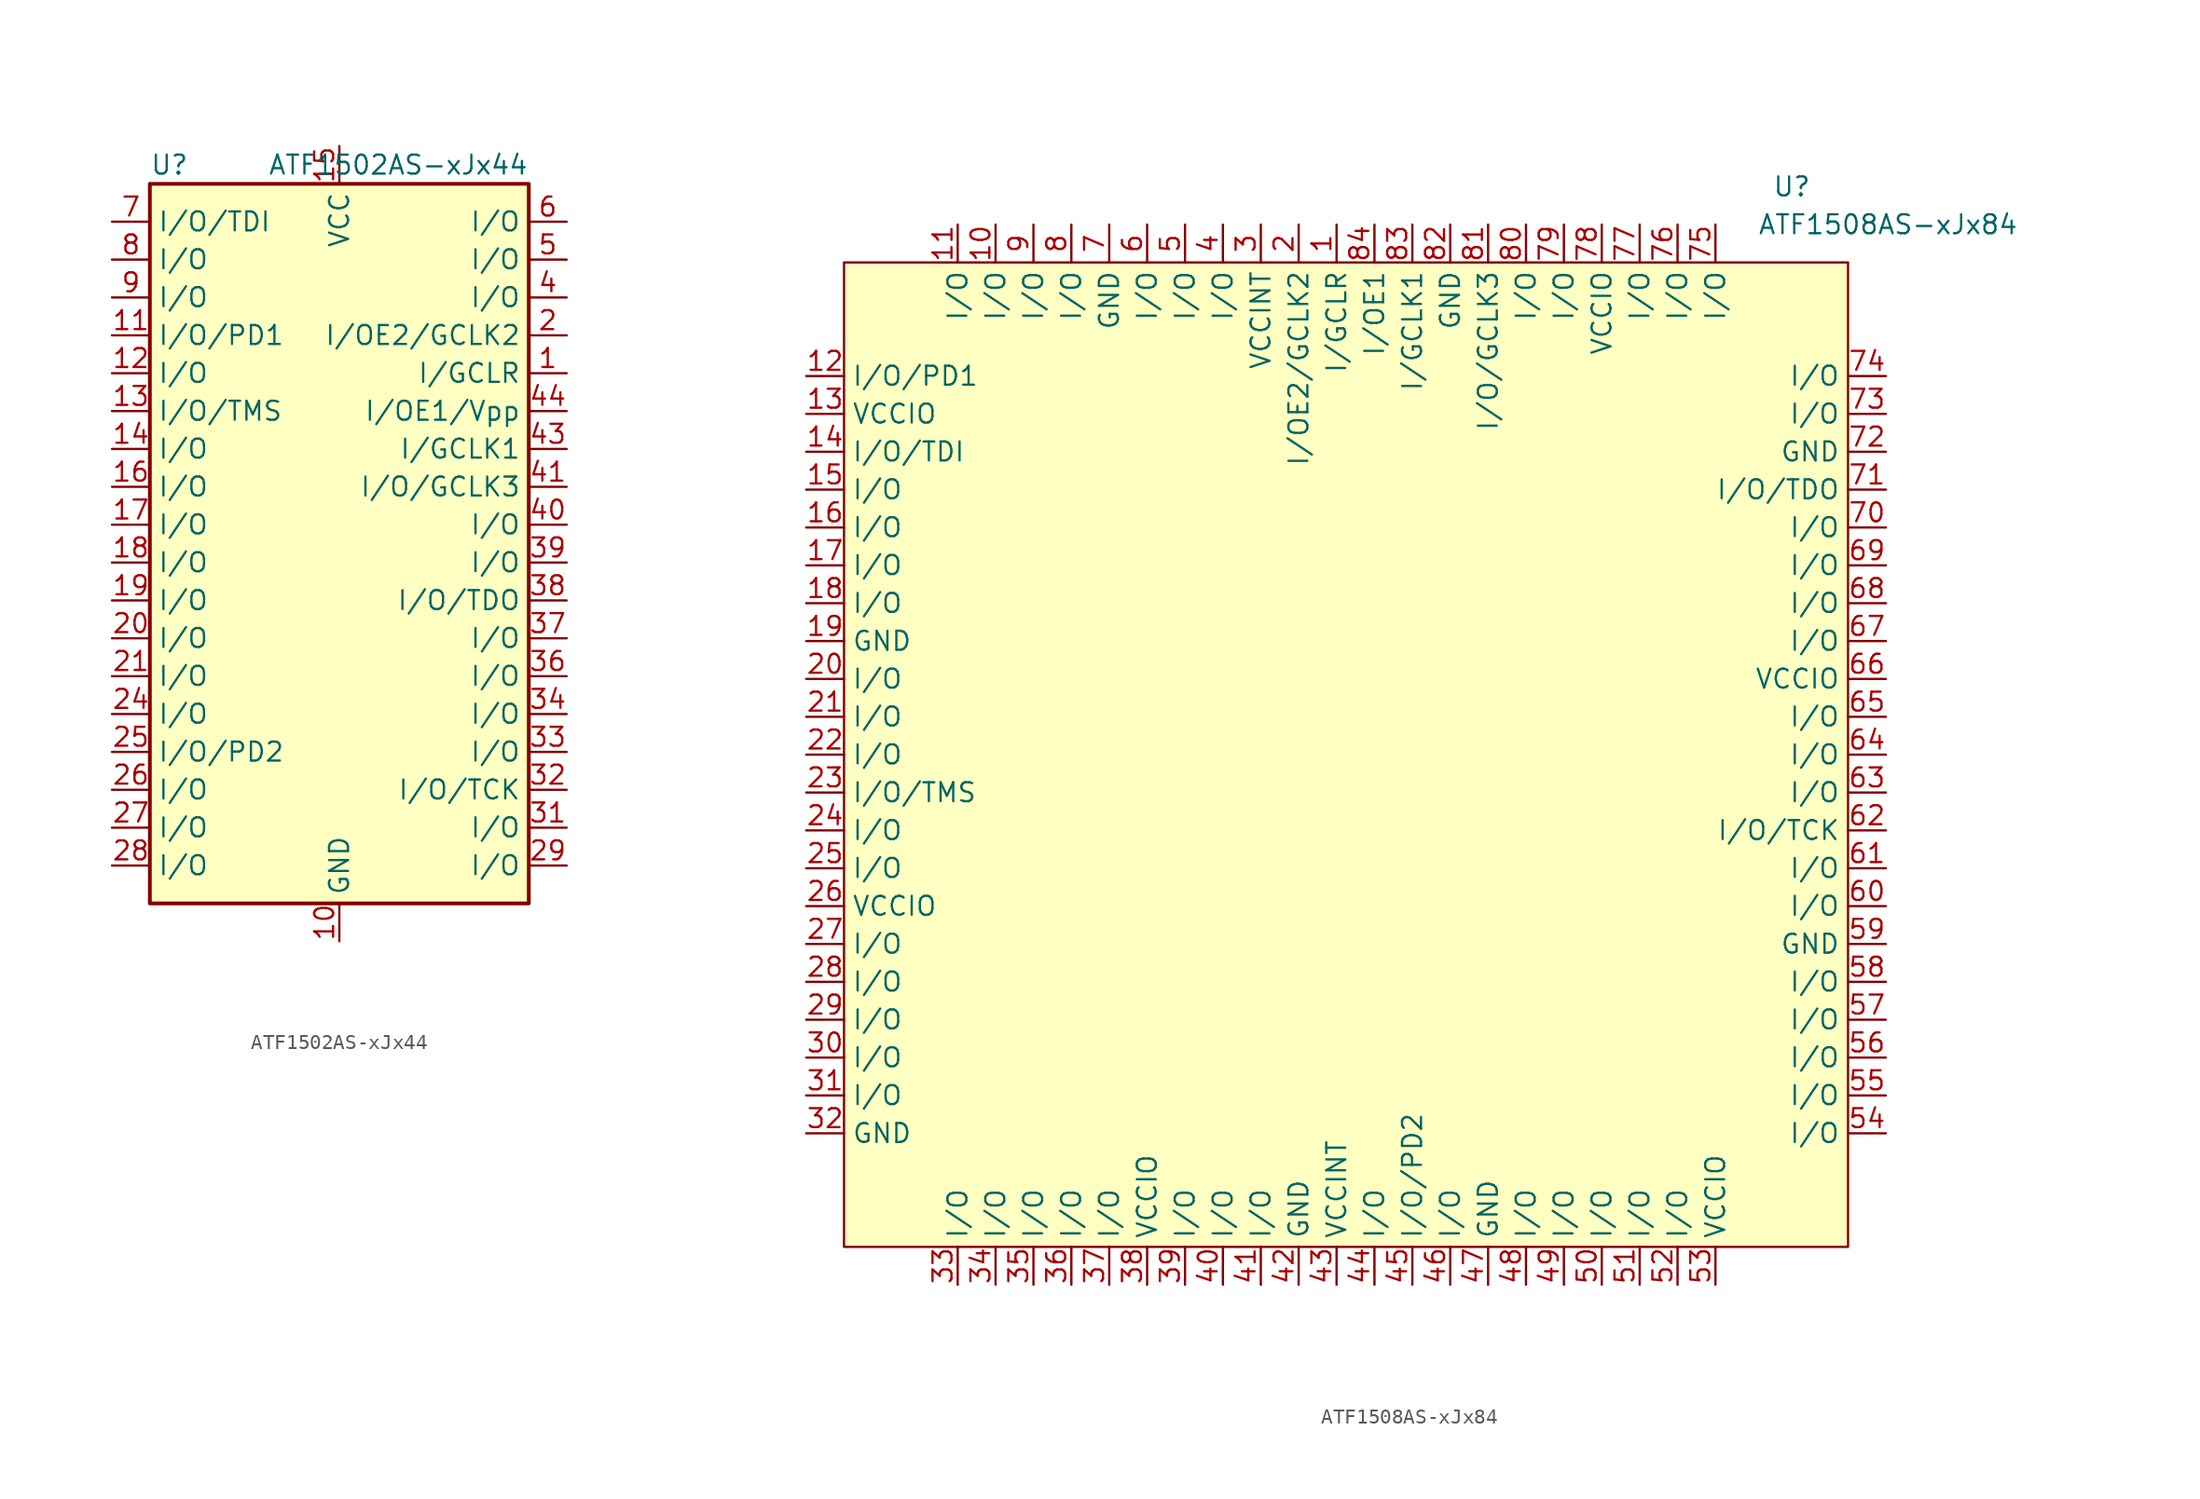
<source format=kicad_sym>
(kicad_symbol_lib
  (version 20211014)
  (generator kicad_symbol_editor)
  (symbol "ATF1502AS-xJx44"
    (property "Reference" "U"
      (at -12.7 24.13 0)
      (effects (font (size 1.27 1.27)) (justify left)))
    (property "Value" "ATF1502AS-xJx44"
      (at 12.7 24.13 0)
      (effects (font (size 1.27 1.27)) (justify right)))
    (symbol "ATF1502AS-xJx44_0_1"
      (rectangle (start -12.7 22.86) (end 12.7 -25.4) (stroke (width 0.254) (type default) (color 0 0 0 0)) (fill (type background))))
    (symbol "ATF1502AS-xJx44_1_1"
      (pin input line (at 15.24 10.16 180) (length 2.54) (name "I/GCLR" (effects (font (size 1.27 1.27)))) (number "1" (effects (font (size 1.27 1.27)))))
      (pin power_in line (at 0 -27.94 90) (length 2.54) (name "GND" (effects (font (size 1.27 1.27)))) (number "10" (effects (font (size 1.27 1.27)))))
      (pin bidirectional line (at -15.24 12.7 0) (length 2.54) (name "I/O/PD1" (effects (font (size 1.27 1.27)))) (number "11" (effects (font (size 1.27 1.27)))))
      (pin bidirectional line (at -15.24 10.16 0) (length 2.54) (name "I/O" (effects (font (size 1.27 1.27)))) (number "12" (effects (font (size 1.27 1.27)))))
      (pin bidirectional line (at -15.24 7.62 0) (length 2.54) (name "I/O/TMS" (effects (font (size 1.27 1.27)))) (number "13" (effects (font (size 1.27 1.27)))))
      (pin bidirectional line (at -15.24 5.08 0) (length 2.54) (name "I/O" (effects (font (size 1.27 1.27)))) (number "14" (effects (font (size 1.27 1.27)))))
      (pin power_in line (at 0 25.4 270) (length 2.54) (name "VCC" (effects (font (size 1.27 1.27)))) (number "15" (effects (font (size 1.27 1.27)))))
      (pin bidirectional line (at -15.24 2.54 0) (length 2.54) (name "I/O" (effects (font (size 1.27 1.27)))) (number "16" (effects (font (size 1.27 1.27)))))
      (pin bidirectional line (at -15.24 0 0) (length 2.54) (name "I/O" (effects (font (size 1.27 1.27)))) (number "17" (effects (font (size 1.27 1.27)))))
      (pin bidirectional line (at -15.24 -2.54 0) (length 2.54) (name "I/O" (effects (font (size 1.27 1.27)))) (number "18" (effects (font (size 1.27 1.27)))))
      (pin bidirectional line (at -15.24 -5.08 0) (length 2.54) (name "I/O" (effects (font (size 1.27 1.27)))) (number "19" (effects (font (size 1.27 1.27)))))
      (pin input line (at 15.24 12.7 180) (length 2.54) (name "I/OE2/GCLK2" (effects (font (size 1.27 1.27)))) (number "2" (effects (font (size 1.27 1.27)))))
      (pin bidirectional line (at -15.24 -7.62 0) (length 2.54) (name "I/O" (effects (font (size 1.27 1.27)))) (number "20" (effects (font (size 1.27 1.27)))))
      (pin bidirectional line (at -15.24 -10.16 0) (length 2.54) (name "I/O" (effects (font (size 1.27 1.27)))) (number "21" (effects (font (size 1.27 1.27)))))
      (pin passive line (at 0 -27.94 90) (length 2.54) hide (name "GND" (effects (font (size 1.27 1.27)))) (number "22" (effects (font (size 1.27 1.27)))))
      (pin passive line (at 0 25.4 270) (length 2.54) hide (name "VCC" (effects (font (size 1.27 1.27)))) (number "23" (effects (font (size 1.27 1.27)))))
      (pin bidirectional line (at -15.24 -12.7 0) (length 2.54) (name "I/O" (effects (font (size 1.27 1.27)))) (number "24" (effects (font (size 1.27 1.27)))))
      (pin bidirectional line (at -15.24 -15.24 0) (length 2.54) (name "I/O/PD2" (effects (font (size 1.27 1.27)))) (number "25" (effects (font (size 1.27 1.27)))))
      (pin bidirectional line (at -15.24 -17.78 0) (length 2.54) (name "I/O" (effects (font (size 1.27 1.27)))) (number "26" (effects (font (size 1.27 1.27)))))
      (pin bidirectional line (at -15.24 -20.32 0) (length 2.54) (name "I/O" (effects (font (size 1.27 1.27)))) (number "27" (effects (font (size 1.27 1.27)))))
      (pin bidirectional line (at -15.24 -22.86 0) (length 2.54) (name "I/O" (effects (font (size 1.27 1.27)))) (number "28" (effects (font (size 1.27 1.27)))))
      (pin bidirectional line (at 15.24 -22.86 180) (length 2.54) (name "I/O" (effects (font (size 1.27 1.27)))) (number "29" (effects (font (size 1.27 1.27)))))
      (pin passive line (at 0 25.4 270) (length 2.54) hide (name "VCC" (effects (font (size 1.27 1.27)))) (number "3" (effects (font (size 1.27 1.27)))))
      (pin passive line (at 0 -27.94 90) (length 2.54) hide (name "GND" (effects (font (size 1.27 1.27)))) (number "30" (effects (font (size 1.27 1.27)))))
      (pin bidirectional line (at 15.24 -20.32 180) (length 2.54) (name "I/O" (effects (font (size 1.27 1.27)))) (number "31" (effects (font (size 1.27 1.27)))))
      (pin bidirectional line (at 15.24 -17.78 180) (length 2.54) (name "I/O/TCK" (effects (font (size 1.27 1.27)))) (number "32" (effects (font (size 1.27 1.27)))))
      (pin bidirectional line (at 15.24 -15.24 180) (length 2.54) (name "I/O" (effects (font (size 1.27 1.27)))) (number "33" (effects (font (size 1.27 1.27)))))
      (pin bidirectional line (at 15.24 -12.7 180) (length 2.54) (name "I/O" (effects (font (size 1.27 1.27)))) (number "34" (effects (font (size 1.27 1.27)))))
      (pin passive line (at 0 25.4 270) (length 2.54) hide (name "VCC" (effects (font (size 1.27 1.27)))) (number "35" (effects (font (size 1.27 1.27)))))
      (pin bidirectional line (at 15.24 -10.16 180) (length 2.54) (name "I/O" (effects (font (size 1.27 1.27)))) (number "36" (effects (font (size 1.27 1.27)))))
      (pin bidirectional line (at 15.24 -7.62 180) (length 2.54) (name "I/O" (effects (font (size 1.27 1.27)))) (number "37" (effects (font (size 1.27 1.27)))))
      (pin bidirectional line (at 15.24 -5.08 180) (length 2.54) (name "I/O/TDO" (effects (font (size 1.27 1.27)))) (number "38" (effects (font (size 1.27 1.27)))))
      (pin bidirectional line (at 15.24 -2.54 180) (length 2.54) (name "I/O" (effects (font (size 1.27 1.27)))) (number "39" (effects (font (size 1.27 1.27)))))
      (pin bidirectional line (at 15.24 15.24 180) (length 2.54) (name "I/O" (effects (font (size 1.27 1.27)))) (number "4" (effects (font (size 1.27 1.27)))))
      (pin bidirectional line (at 15.24 0 180) (length 2.54) (name "I/O" (effects (font (size 1.27 1.27)))) (number "40" (effects (font (size 1.27 1.27)))))
      (pin bidirectional line (at 15.24 2.54 180) (length 2.54) (name "I/O/GCLK3" (effects (font (size 1.27 1.27)))) (number "41" (effects (font (size 1.27 1.27)))))
      (pin passive line (at 0 -27.94 90) (length 2.54) hide (name "GND" (effects (font (size 1.27 1.27)))) (number "42" (effects (font (size 1.27 1.27)))))
      (pin input line (at 15.24 5.08 180) (length 2.54) (name "I/GCLK1" (effects (font (size 1.27 1.27)))) (number "43" (effects (font (size 1.27 1.27)))))
      (pin input line (at 15.24 7.62 180) (length 2.54) (name "I/OE1/Vpp" (effects (font (size 1.27 1.27)))) (number "44" (effects (font (size 1.27 1.27)))))
      (pin bidirectional line (at 15.24 17.78 180) (length 2.54) (name "I/O" (effects (font (size 1.27 1.27)))) (number "5" (effects (font (size 1.27 1.27)))))
      (pin bidirectional line (at 15.24 20.32 180) (length 2.54) (name "I/O" (effects (font (size 1.27 1.27)))) (number "6" (effects (font (size 1.27 1.27)))))
      (pin bidirectional line (at -15.24 20.32 0) (length 2.54) (name "I/O/TDI" (effects (font (size 1.27 1.27)))) (number "7" (effects (font (size 1.27 1.27)))))
      (pin bidirectional line (at -15.24 17.78 0) (length 2.54) (name "I/O" (effects (font (size 1.27 1.27)))) (number "8" (effects (font (size 1.27 1.27)))))
      (pin bidirectional line (at -15.24 15.24 0) (length 2.54) (name "I/O" (effects (font (size 1.27 1.27)))) (number "9" (effects (font (size 1.27 1.27)))))))
  (symbol "ATF1508AS-xJx84"
    (property "Reference" "U"
      (at 29.21 38.1 0)
      (effects (font (size 1.27 1.27)) (justify left)))
    (property "Value" "ATF1508AS-xJx84"
      (at 45.72 35.56 0)
      (effects (font (size 1.27 1.27)) (justify right)))
    (symbol "ATF1508AS-xJx84_0_0"
      (pin bidirectional line (at 5.08 -35.56 90) (length 2.54) (name "I/O/PD2" (effects (font (size 1.27 1.27)))) (number "45" (effects (font (size 1.27 1.27)))))
      (pin bidirectional line (at 7.62 -35.56 90) (length 2.54) (name "I/O" (effects (font (size 1.27 1.27)))) (number "46" (effects (font (size 1.27 1.27)))))
      (pin power_in line (at 10.16 -35.56 90) (length 2.54) (name "GND" (effects (font (size 1.27 1.27)))) (number "47" (effects (font (size 1.27 1.27)))))
      (pin bidirectional line (at 12.7 -35.56 90) (length 2.54) (name "I/O" (effects (font (size 1.27 1.27)))) (number "48" (effects (font (size 1.27 1.27)))))
      (pin bidirectional line (at 15.24 -35.56 90) (length 2.54) (name "I/O" (effects (font (size 1.27 1.27)))) (number "49" (effects (font (size 1.27 1.27)))))
      (pin bidirectional line (at 17.78 -35.56 90) (length 2.54) (name "I/O" (effects (font (size 1.27 1.27)))) (number "50" (effects (font (size 1.27 1.27)))))
      (pin bidirectional line (at 20.32 -35.56 90) (length 2.54) (name "I/O" (effects (font (size 1.27 1.27)))) (number "51" (effects (font (size 1.27 1.27)))))
      (pin bidirectional line (at 22.86 -35.56 90) (length 2.54) (name "I/O" (effects (font (size 1.27 1.27)))) (number "52" (effects (font (size 1.27 1.27)))))
      (pin power_in line (at 25.4 -35.56 90) (length 2.54) (name "VCCIO" (effects (font (size 1.27 1.27)))) (number "53" (effects (font (size 1.27 1.27)))))
      (pin bidirectional line (at 36.83 -25.4 180) (length 2.54) (name "I/O" (effects (font (size 1.27 1.27)))) (number "54" (effects (font (size 1.27 1.27)))))
      (pin bidirectional line (at 36.83 -22.86 180) (length 2.54) (name "I/O" (effects (font (size 1.27 1.27)))) (number "55" (effects (font (size 1.27 1.27)))))
      (pin bidirectional line (at 36.83 -20.32 180) (length 2.54) (name "I/O" (effects (font (size 1.27 1.27)))) (number "56" (effects (font (size 1.27 1.27)))))
      (pin bidirectional line (at 36.83 -17.78 180) (length 2.54) (name "I/O" (effects (font (size 1.27 1.27)))) (number "57" (effects (font (size 1.27 1.27)))))
      (pin bidirectional line (at 36.83 -15.24 180) (length 2.54) (name "I/O" (effects (font (size 1.27 1.27)))) (number "58" (effects (font (size 1.27 1.27)))))
      (pin power_in line (at 36.83 -12.7 180) (length 2.54) (name "GND" (effects (font (size 1.27 1.27)))) (number "59" (effects (font (size 1.27 1.27)))))
      (pin bidirectional line (at 36.83 -10.16 180) (length 2.54) (name "I/O" (effects (font (size 1.27 1.27)))) (number "60" (effects (font (size 1.27 1.27)))))
      (pin bidirectional line (at 36.83 -7.62 180) (length 2.54) (name "I/O" (effects (font (size 1.27 1.27)))) (number "61" (effects (font (size 1.27 1.27)))))
      (pin bidirectional line (at 36.83 -5.08 180) (length 2.54) (name "I/O/TCK" (effects (font (size 1.27 1.27)))) (number "62" (effects (font (size 1.27 1.27)))))
      (pin bidirectional line (at 36.83 -2.54 180) (length 2.54) (name "I/O" (effects (font (size 1.27 1.27)))) (number "63" (effects (font (size 1.27 1.27)))))
      (pin bidirectional line (at 36.83 0 180) (length 2.54) (name "I/O" (effects (font (size 1.27 1.27)))) (number "64" (effects (font (size 1.27 1.27)))))
      (pin bidirectional line (at 36.83 2.54 180) (length 2.54) (name "I/O" (effects (font (size 1.27 1.27)))) (number "65" (effects (font (size 1.27 1.27)))))
      (pin power_in line (at 36.83 5.08 180) (length 2.54) (name "VCCIO" (effects (font (size 1.27 1.27)))) (number "66" (effects (font (size 1.27 1.27)))))
      (pin bidirectional line (at 36.83 7.62 180) (length 2.54) (name "I/O" (effects (font (size 1.27 1.27)))) (number "67" (effects (font (size 1.27 1.27)))))
      (pin bidirectional line (at 36.83 10.16 180) (length 2.54) (name "I/O" (effects (font (size 1.27 1.27)))) (number "68" (effects (font (size 1.27 1.27)))))
      (pin bidirectional line (at 36.83 12.7 180) (length 2.54) (name "I/O" (effects (font (size 1.27 1.27)))) (number "69" (effects (font (size 1.27 1.27)))))
      (pin bidirectional line (at 36.83 15.24 180) (length 2.54) (name "I/O" (effects (font (size 1.27 1.27)))) (number "70" (effects (font (size 1.27 1.27)))))
      (pin bidirectional line (at 36.83 17.78 180) (length 2.54) (name "I/O/TDO" (effects (font (size 1.27 1.27)))) (number "71" (effects (font (size 1.27 1.27)))))
      (pin power_in line (at 36.83 20.32 180) (length 2.54) (name "GND" (effects (font (size 1.27 1.27)))) (number "72" (effects (font (size 1.27 1.27)))))
      (pin bidirectional line (at 36.83 22.86 180) (length 2.54) (name "I/O" (effects (font (size 1.27 1.27)))) (number "73" (effects (font (size 1.27 1.27)))))
      (pin bidirectional line (at 36.83 25.4 180) (length 2.54) (name "I/O" (effects (font (size 1.27 1.27)))) (number "74" (effects (font (size 1.27 1.27)))))
      (pin bidirectional line (at 25.4 35.56 270) (length 2.54) (name "I/O" (effects (font (size 1.27 1.27)))) (number "75" (effects (font (size 1.27 1.27)))))
      (pin bidirectional line (at 22.86 35.56 270) (length 2.54) (name "I/O" (effects (font (size 1.27 1.27)))) (number "76" (effects (font (size 1.27 1.27)))))
      (pin bidirectional line (at 20.32 35.56 270) (length 2.54) (name "I/O" (effects (font (size 1.27 1.27)))) (number "77" (effects (font (size 1.27 1.27)))))
      (pin power_in line (at 17.78 35.56 270) (length 2.54) (name "VCCIO" (effects (font (size 1.27 1.27)))) (number "78" (effects (font (size 1.27 1.27)))))
      (pin bidirectional line (at 15.24 35.56 270) (length 2.54) (name "I/O" (effects (font (size 1.27 1.27)))) (number "79" (effects (font (size 1.27 1.27)))))
      (pin bidirectional line (at 12.7 35.56 270) (length 2.54) (name "I/O" (effects (font (size 1.27 1.27)))) (number "80" (effects (font (size 1.27 1.27)))))
      (pin bidirectional line (at 10.16 35.56 270) (length 2.54) (name "I/O/GCLK3" (effects (font (size 1.27 1.27)))) (number "81" (effects (font (size 1.27 1.27)))))
      (pin power_in line (at 7.62 35.56 270) (length 2.54) (name "GND" (effects (font (size 1.27 1.27)))) (number "82" (effects (font (size 1.27 1.27)))))
      (pin input line (at 5.08 35.56 270) (length 2.54) (name "I/GCLK1" (effects (font (size 1.27 1.27)))) (number "83" (effects (font (size 1.27 1.27)))))
      (pin input line (at 2.54 35.56 270) (length 2.54) (name "I/OE1" (effects (font (size 1.27 1.27)))) (number "84" (effects (font (size 1.27 1.27))))))
    (symbol "ATF1508AS-xJx84_0_1"
      (rectangle (start -33.02 33.02) (end 34.29 -33.02) (stroke (width 0) (type default) (color 0 0 0 0)) (fill (type background))))
    (symbol "ATF1508AS-xJx84_1_1"
      (pin input line (at 0 35.56 270) (length 2.54) (name "I/GCLR" (effects (font (size 1.27 1.27)))) (number "1" (effects (font (size 1.27 1.27)))))
      (pin bidirectional line (at -22.86 35.56 270) (length 2.54) (name "I/O" (effects (font (size 1.27 1.27)))) (number "10" (effects (font (size 1.27 1.27)))))
      (pin bidirectional line (at -25.4 35.56 270) (length 2.54) (name "I/O" (effects (font (size 1.27 1.27)))) (number "11" (effects (font (size 1.27 1.27)))))
      (pin bidirectional line (at -35.56 25.4 0) (length 2.54) (name "I/O/PD1" (effects (font (size 1.27 1.27)))) (number "12" (effects (font (size 1.27 1.27)))))
      (pin power_in line (at -35.56 22.86 0) (length 2.54) (name "VCCIO" (effects (font (size 1.27 1.27)))) (number "13" (effects (font (size 1.27 1.27)))))
      (pin bidirectional line (at -35.56 20.32 0) (length 2.54) (name "I/O/TDI" (effects (font (size 1.27 1.27)))) (number "14" (effects (font (size 1.27 1.27)))))
      (pin bidirectional line (at -35.56 17.78 0) (length 2.54) (name "I/O" (effects (font (size 1.27 1.27)))) (number "15" (effects (font (size 1.27 1.27)))))
      (pin bidirectional line (at -35.56 15.24 0) (length 2.54) (name "I/O" (effects (font (size 1.27 1.27)))) (number "16" (effects (font (size 1.27 1.27)))))
      (pin bidirectional line (at -35.56 12.7 0) (length 2.54) (name "I/O" (effects (font (size 1.27 1.27)))) (number "17" (effects (font (size 1.27 1.27)))))
      (pin bidirectional line (at -35.56 10.16 0) (length 2.54) (name "I/O" (effects (font (size 1.27 1.27)))) (number "18" (effects (font (size 1.27 1.27)))))
      (pin power_in line (at -35.56 7.62 0) (length 2.54) (name "GND" (effects (font (size 1.27 1.27)))) (number "19" (effects (font (size 1.27 1.27)))))
      (pin input line (at -2.54 35.56 270) (length 2.54) (name "I/OE2/GCLK2" (effects (font (size 1.27 1.27)))) (number "2" (effects (font (size 1.27 1.27)))))
      (pin bidirectional line (at -35.56 5.08 0) (length 2.54) (name "I/O" (effects (font (size 1.27 1.27)))) (number "20" (effects (font (size 1.27 1.27)))))
      (pin bidirectional line (at -35.56 2.54 0) (length 2.54) (name "I/O" (effects (font (size 1.27 1.27)))) (number "21" (effects (font (size 1.27 1.27)))))
      (pin bidirectional line (at -35.56 0 0) (length 2.54) (name "I/O" (effects (font (size 1.27 1.27)))) (number "22" (effects (font (size 1.27 1.27)))))
      (pin bidirectional line (at -35.56 -2.54 0) (length 2.54) (name "I/O/TMS" (effects (font (size 1.27 1.27)))) (number "23" (effects (font (size 1.27 1.27)))))
      (pin bidirectional line (at -35.56 -5.08 0) (length 2.54) (name "I/O" (effects (font (size 1.27 1.27)))) (number "24" (effects (font (size 1.27 1.27)))))
      (pin bidirectional line (at -35.56 -7.62 0) (length 2.54) (name "I/O" (effects (font (size 1.27 1.27)))) (number "25" (effects (font (size 1.27 1.27)))))
      (pin power_in line (at -35.56 -10.16 0) (length 2.54) (name "VCCIO" (effects (font (size 1.27 1.27)))) (number "26" (effects (font (size 1.27 1.27)))))
      (pin bidirectional line (at -35.56 -12.7 0) (length 2.54) (name "I/O" (effects (font (size 1.27 1.27)))) (number "27" (effects (font (size 1.27 1.27)))))
      (pin bidirectional line (at -35.56 -15.24 0) (length 2.54) (name "I/O" (effects (font (size 1.27 1.27)))) (number "28" (effects (font (size 1.27 1.27)))))
      (pin bidirectional line (at -35.56 -17.78 0) (length 2.54) (name "I/O" (effects (font (size 1.27 1.27)))) (number "29" (effects (font (size 1.27 1.27)))))
      (pin power_in line (at -5.08 35.56 270) (length 2.54) (name "VCCINT" (effects (font (size 1.27 1.27)))) (number "3" (effects (font (size 1.27 1.27)))))
      (pin bidirectional line (at -35.56 -20.32 0) (length 2.54) (name "I/O" (effects (font (size 1.27 1.27)))) (number "30" (effects (font (size 1.27 1.27)))))
      (pin bidirectional line (at -35.56 -22.86 0) (length 2.54) (name "I/O" (effects (font (size 1.27 1.27)))) (number "31" (effects (font (size 1.27 1.27)))))
      (pin power_in line (at -35.56 -25.4 0) (length 2.54) (name "GND" (effects (font (size 1.27 1.27)))) (number "32" (effects (font (size 1.27 1.27)))))
      (pin bidirectional line (at -25.4 -35.56 90) (length 2.54) (name "I/O" (effects (font (size 1.27 1.27)))) (number "33" (effects (font (size 1.27 1.27)))))
      (pin bidirectional line (at -22.86 -35.56 90) (length 2.54) (name "I/O" (effects (font (size 1.27 1.27)))) (number "34" (effects (font (size 1.27 1.27)))))
      (pin bidirectional line (at -20.32 -35.56 90) (length 2.54) (name "I/O" (effects (font (size 1.27 1.27)))) (number "35" (effects (font (size 1.27 1.27)))))
      (pin bidirectional line (at -17.78 -35.56 90) (length 2.54) (name "I/O" (effects (font (size 1.27 1.27)))) (number "36" (effects (font (size 1.27 1.27)))))
      (pin bidirectional line (at -15.24 -35.56 90) (length 2.54) (name "I/O" (effects (font (size 1.27 1.27)))) (number "37" (effects (font (size 1.27 1.27)))))
      (pin power_in line (at -12.7 -35.56 90) (length 2.54) (name "VCCIO" (effects (font (size 1.27 1.27)))) (number "38" (effects (font (size 1.27 1.27)))))
      (pin bidirectional line (at -10.16 -35.56 90) (length 2.54) (name "I/O" (effects (font (size 1.27 1.27)))) (number "39" (effects (font (size 1.27 1.27)))))
      (pin bidirectional line (at -7.62 35.56 270) (length 2.54) (name "I/O" (effects (font (size 1.27 1.27)))) (number "4" (effects (font (size 1.27 1.27)))))
      (pin bidirectional line (at -7.62 -35.56 90) (length 2.54) (name "I/O" (effects (font (size 1.27 1.27)))) (number "40" (effects (font (size 1.27 1.27)))))
      (pin bidirectional line (at -5.08 -35.56 90) (length 2.54) (name "I/O" (effects (font (size 1.27 1.27)))) (number "41" (effects (font (size 1.27 1.27)))))
      (pin power_in line (at -2.54 -35.56 90) (length 2.54) (name "GND" (effects (font (size 1.27 1.27)))) (number "42" (effects (font (size 1.27 1.27)))))
      (pin power_in line (at 0 -35.56 90) (length 2.54) (name "VCCINT" (effects (font (size 1.27 1.27)))) (number "43" (effects (font (size 1.27 1.27)))))
      (pin bidirectional line (at 2.54 -35.56 90) (length 2.54) (name "I/O" (effects (font (size 1.27 1.27)))) (number "44" (effects (font (size 1.27 1.27)))))
      (pin bidirectional line (at -10.16 35.56 270) (length 2.54) (name "I/O" (effects (font (size 1.27 1.27)))) (number "5" (effects (font (size 1.27 1.27)))))
      (pin bidirectional line (at -12.7 35.56 270) (length 2.54) (name "I/O" (effects (font (size 1.27 1.27)))) (number "6" (effects (font (size 1.27 1.27)))))
      (pin power_in line (at -15.24 35.56 270) (length 2.54) (name "GND" (effects (font (size 1.27 1.27)))) (number "7" (effects (font (size 1.27 1.27)))))
      (pin bidirectional line (at -17.78 35.56 270) (length 2.54) (name "I/O" (effects (font (size 1.27 1.27)))) (number "8" (effects (font (size 1.27 1.27)))))
      (pin bidirectional line (at -20.32 35.56 270) (length 2.54) (name "I/O" (effects (font (size 1.27 1.27)))) (number "9" (effects (font (size 1.27 1.27))))))))
</source>
